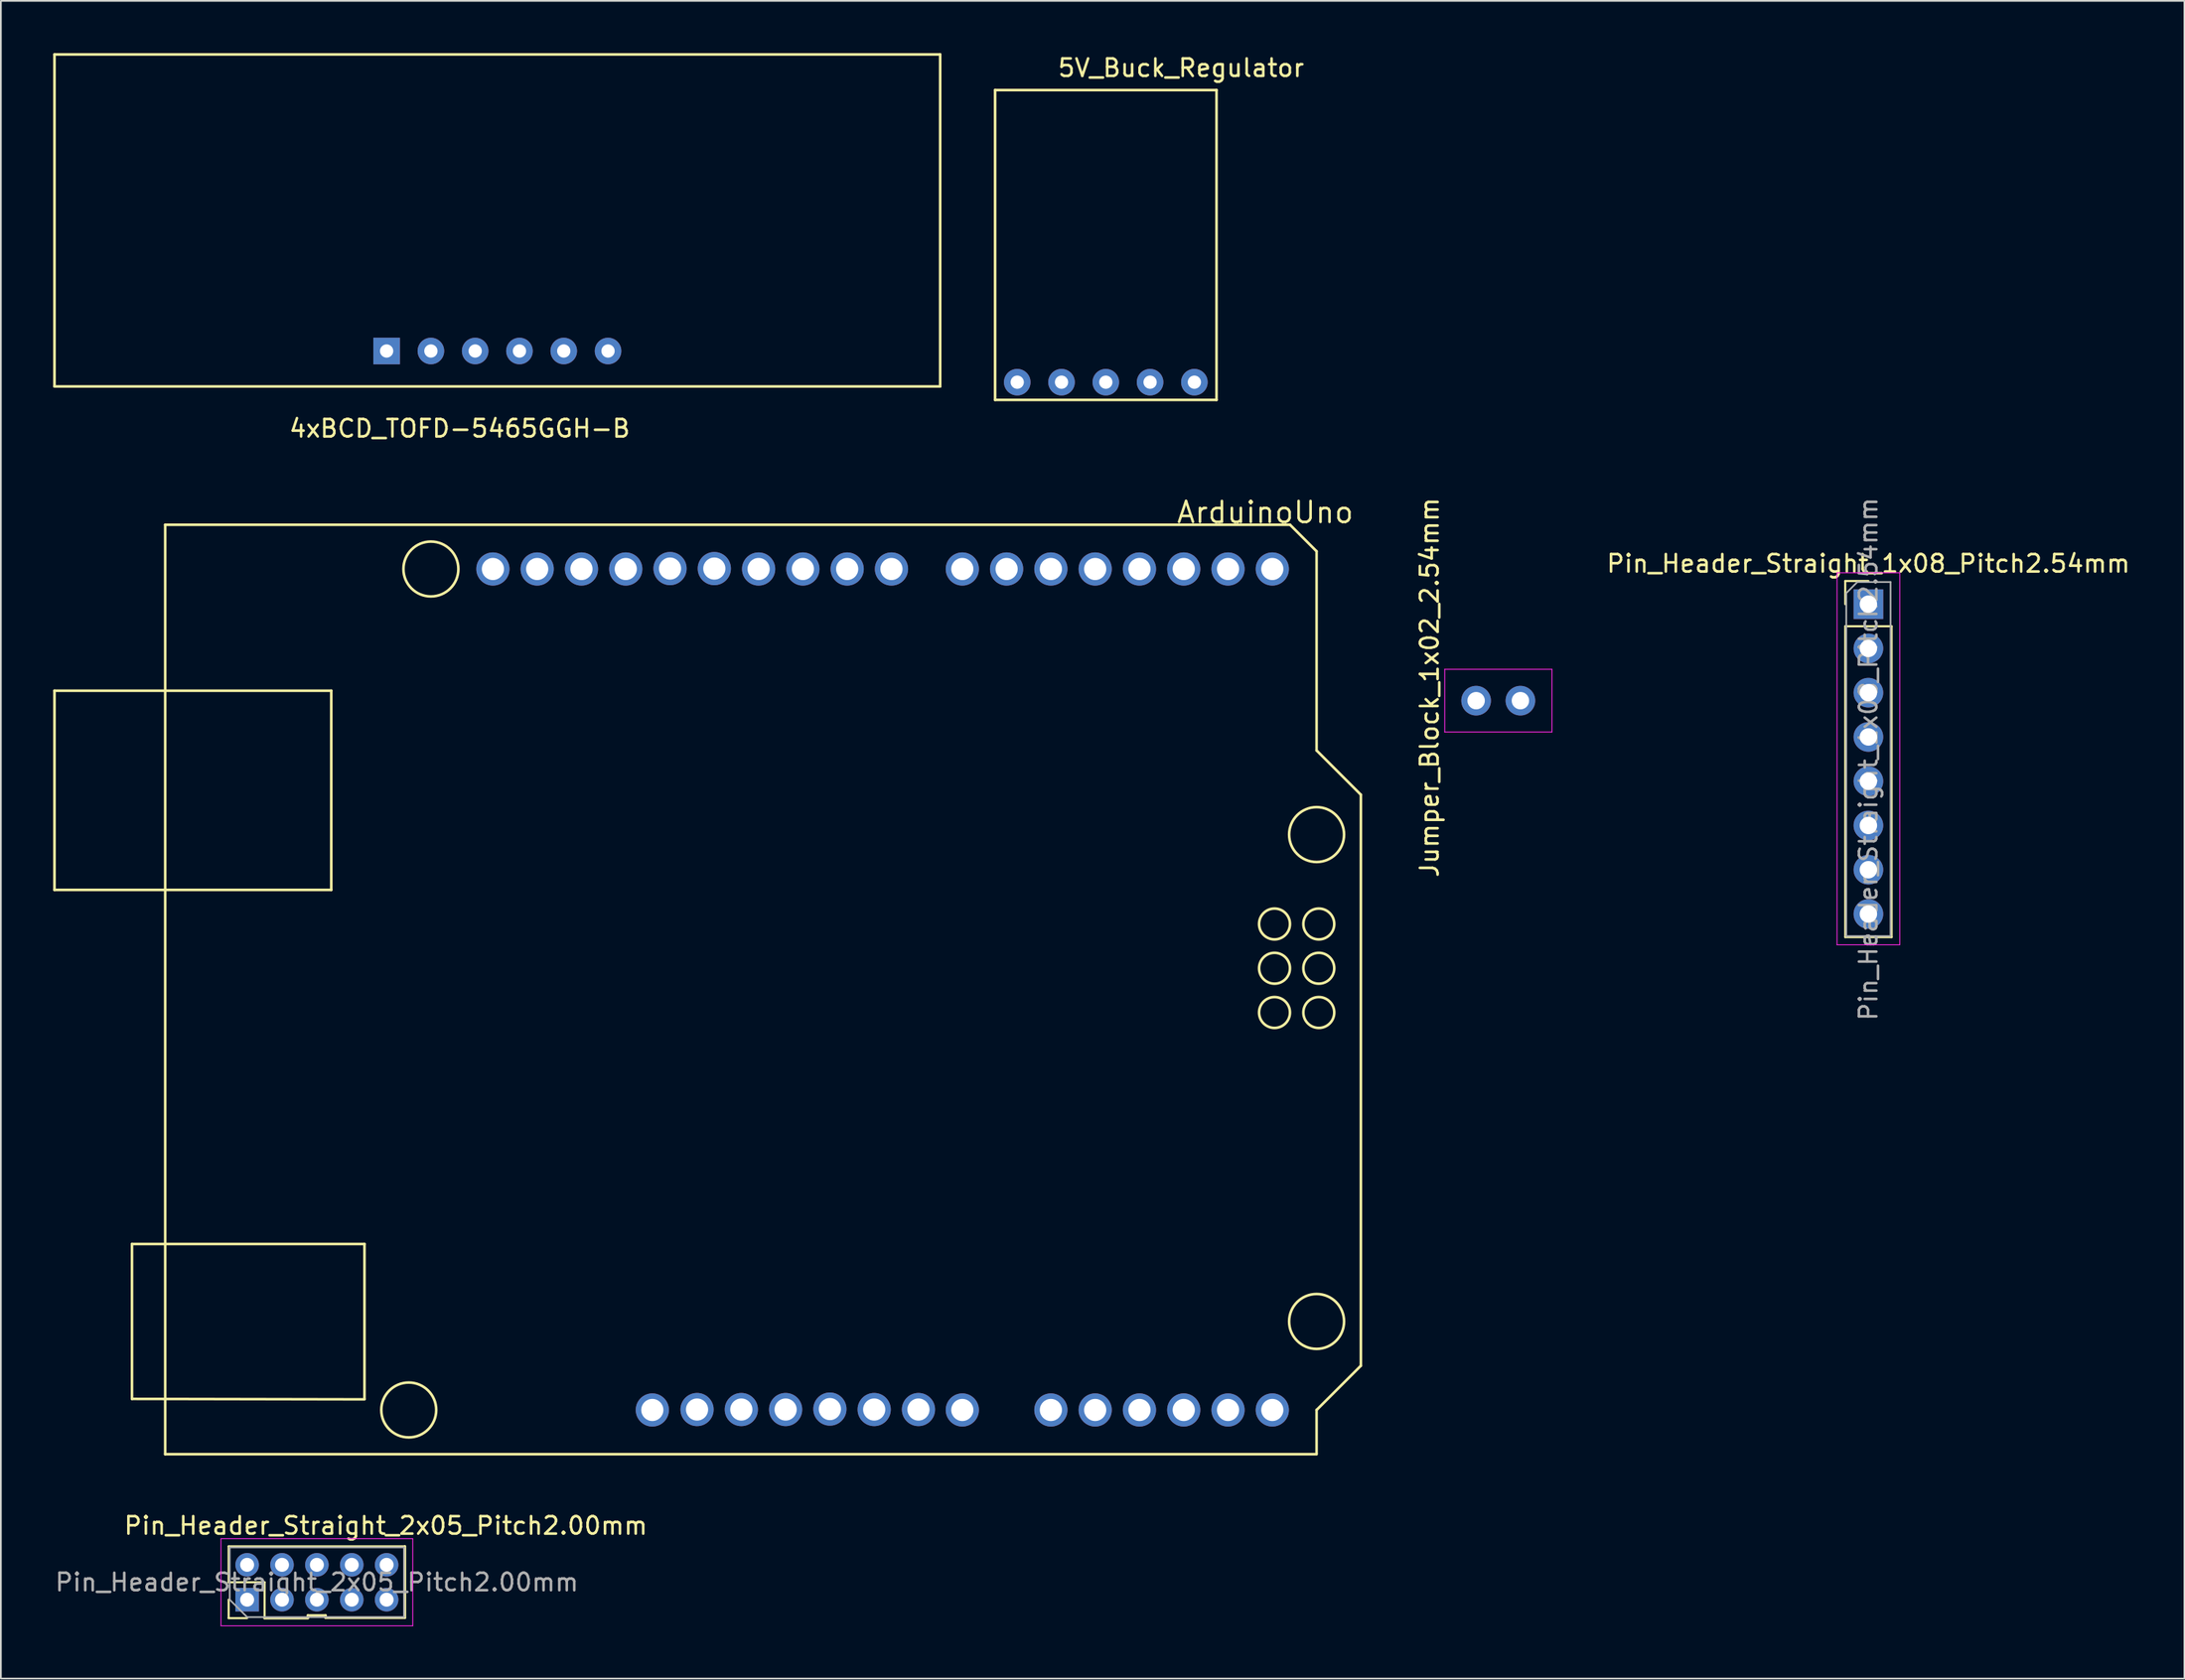
<source format=kicad_pcb>
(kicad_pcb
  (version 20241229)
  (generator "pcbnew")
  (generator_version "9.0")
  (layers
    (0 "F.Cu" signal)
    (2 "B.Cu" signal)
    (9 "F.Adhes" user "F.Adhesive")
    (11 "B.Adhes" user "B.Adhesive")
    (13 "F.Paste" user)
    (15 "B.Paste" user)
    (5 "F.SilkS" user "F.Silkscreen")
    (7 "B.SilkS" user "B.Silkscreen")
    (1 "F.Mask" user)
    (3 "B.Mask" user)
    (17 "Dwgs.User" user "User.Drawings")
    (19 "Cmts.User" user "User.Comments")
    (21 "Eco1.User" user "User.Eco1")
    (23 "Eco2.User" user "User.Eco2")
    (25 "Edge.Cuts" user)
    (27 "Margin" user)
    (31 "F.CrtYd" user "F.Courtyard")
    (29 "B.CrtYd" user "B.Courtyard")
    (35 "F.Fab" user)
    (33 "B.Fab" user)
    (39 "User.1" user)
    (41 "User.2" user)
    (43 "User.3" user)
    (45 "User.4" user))
  (footprint "4xBCD_TOFD-5465GGH-B"
    (layer "F.Cu")
    (at 19.125 16.966)
    (property "Reference" "4xBCD_TOFD-5465GGH-B" (at 4.191 4.572 0) (layer "F.SilkS") (effects (font (size 1 1) (thickness 0.15))))
    (attr through_hole)
    (fp_line (start -19.05 -16.891) (end 31.75 -16.891) (stroke (width 0.15) (type solid)) (layer "F.SilkS"))
    (fp_line (start -19.05 2.159) (end -19.05 -16.891) (stroke (width 0.15) (type solid)) (layer "F.SilkS"))
    (fp_line (start 31.75 -16.891) (end 31.75 2.159) (stroke (width 0.15) (type solid)) (layer "F.SilkS"))
    (fp_line (start 31.75 2.159) (end -19.05 2.159) (stroke (width 0.15) (type solid)) (layer "F.SilkS"))
    (pad "1" thru_hole rect (at 0 0.127) (size 1.524 1.524) (drill 0.762) (layers "*.Cu" "*.Mask"))
    (pad "2" thru_hole circle (at 2.54 0.127) (size 1.524 1.524) (drill 0.762) (layers "*.Cu" "*.Mask"))
    (pad "3" thru_hole circle (at 5.08 0.127) (size 1.524 1.524) (drill 0.762) (layers "*.Cu" "*.Mask"))
    (pad "4" thru_hole circle (at 7.62 0.127) (size 1.524 1.524) (drill 0.762) (layers "*.Cu" "*.Mask"))
    (pad "5" thru_hole circle (at 10.16 0.127) (size 1.524 1.524) (drill 0.762) (layers "*.Cu" "*.Mask"))
    (pad "6" thru_hole circle (at 12.7 0.127) (size 1.524 1.524) (drill 0.762) (layers "*.Cu" "*.Mask")))
  (footprint "Jumper_Block_1x02_2.54mm"
    (layer "F.Cu")
    (at 82.879 37.136)
    (property "Reference" "Jumper_Block_1x02_2.54mm" (at -3.937 -0.737 90) (layer "F.SilkS") (effects (font (size 1.016 1.016) (thickness 0.152))))
    (attr through_hole)
    (fp_line (start -3.064 -1.777) (end -3.064 1.823) (stroke (width 0.05) (type solid)) (layer "F.CrtYd"))
    (fp_line (start -3.064 1.823) (end 3.086 1.823) (stroke (width 0.05) (type solid)) (layer "F.CrtYd"))
    (fp_line (start 3.086 -1.777) (end -3.064 -1.777) (stroke (width 0.05) (type solid)) (layer "F.CrtYd"))
    (fp_line (start 3.086 1.823) (end 3.086 -1.777) (stroke (width 0.05) (type solid)) (layer "F.CrtYd"))
    (pad "1" thru_hole circle (at -1.264 0.023 90) (size 1.7 1.7) (drill 1) (layers "*.Cu" "*.Mask"))
    (pad "2" thru_hole oval (at 1.276 0.023 90) (size 1.7 1.7) (drill 1) (layers "*.Cu" "*.Mask")))
  (footprint "5V_Buck_Regulator"
    (layer "F.Cu")
    (at 55.295 18.882)
    (property "Reference" "5V_Buck_Regulator" (at 9.398 -18.034 0) (layer "F.SilkS") (effects (font (size 1 1) (thickness 0.15))))
    (attr through_hole)
    (fp_line (start -1.27 -16.764) (end -1.27 1.016) (stroke (width 0.15) (type solid)) (layer "F.SilkS"))
    (fp_line (start -1.27 1.016) (end 11.43 1.016) (stroke (width 0.15) (type solid)) (layer "F.SilkS"))
    (fp_line (start 11.43 -16.764) (end -1.27 -16.764) (stroke (width 0.15) (type solid)) (layer "F.SilkS"))
    (fp_line (start 11.43 1.016) (end 11.43 -16.764) (stroke (width 0.15) (type solid)) (layer "F.SilkS"))
    (pad "1" thru_hole circle (at 0 0) (size 1.524 1.524) (drill 0.762) (layers "*.Cu" "*.Mask"))
    (pad "2" thru_hole circle (at 2.54 0) (size 1.524 1.524) (drill 0.762) (layers "*.Cu" "*.Mask"))
    (pad "3" thru_hole circle (at 5.08 0) (size 1.524 1.524) (drill 0.762) (layers "*.Cu" "*.Mask"))
    (pad "4" thru_hole circle (at 7.62 0) (size 1.524 1.524) (drill 0.762) (layers "*.Cu" "*.Mask"))
    (pad "5" thru_hole circle (at 10.16 0) (size 1.524 1.524) (drill 0.762) (layers "*.Cu" "*.Mask")))
  (footprint "Pin_Header_Straight_1x08_Pitch2.54mm"
    (layer "F.Cu")
    (at 104.115 31.621)
    (property "Reference" "Pin_Header_Straight_1x08_Pitch2.54mm" (at 0 -2.33 0) (layer "F.SilkS") (effects (font (size 1 1) (thickness 0.15))))
    (attr through_hole)
    (fp_line (start -1.33 -1.33) (end 0 -1.33) (stroke (width 0.12) (type solid)) (layer "F.SilkS"))
    (fp_line (start -1.33 0) (end -1.33 -1.33) (stroke (width 0.12) (type solid)) (layer "F.SilkS"))
    (fp_line (start -1.33 1.27) (end -1.33 19.11) (stroke (width 0.12) (type solid)) (layer "F.SilkS"))
    (fp_line (start -1.33 1.27) (end 1.33 1.27) (stroke (width 0.12) (type solid)) (layer "F.SilkS"))
    (fp_line (start -1.33 19.11) (end 1.33 19.11) (stroke (width 0.12) (type solid)) (layer "F.SilkS"))
    (fp_line (start 1.33 1.27) (end 1.33 19.11) (stroke (width 0.12) (type solid)) (layer "F.SilkS"))
    (fp_line (start -1.8 -1.8) (end -1.8 19.55) (stroke (width 0.05) (type solid)) (layer "F.CrtYd"))
    (fp_line (start -1.8 19.55) (end 1.8 19.55) (stroke (width 0.05) (type solid)) (layer "F.CrtYd"))
    (fp_line (start 1.8 -1.8) (end -1.8 -1.8) (stroke (width 0.05) (type solid)) (layer "F.CrtYd"))
    (fp_line (start 1.8 19.55) (end 1.8 -1.8) (stroke (width 0.05) (type solid)) (layer "F.CrtYd"))
    (fp_line (start -1.27 -0.635) (end -0.635 -1.27) (stroke (width 0.1) (type solid)) (layer "F.Fab"))
    (fp_line (start -1.27 19.05) (end -1.27 -0.635) (stroke (width 0.1) (type solid)) (layer "F.Fab"))
    (fp_line (start -0.635 -1.27) (end 1.27 -1.27) (stroke (width 0.1) (type solid)) (layer "F.Fab"))
    (fp_line (start 1.27 -1.27) (end 1.27 19.05) (stroke (width 0.1) (type solid)) (layer "F.Fab"))
    (fp_line (start 1.27 19.05) (end -1.27 19.05) (stroke (width 0.1) (type solid)) (layer "F.Fab"))
    (fp_text user "${REFERENCE}" (at 0 8.89 90) (layer "F.Fab") (effects (font (size 1 1) (thickness 0.15))))
    (pad "1" thru_hole rect (at 0 0) (size 1.7 1.7) (drill 1) (layers "*.Cu" "*.Mask"))
    (pad "2" thru_hole oval (at 0 2.54) (size 1.7 1.7) (drill 1) (layers "*.Cu" "*.Mask"))
    (pad "3" thru_hole oval (at 0 5.08) (size 1.7 1.7) (drill 1) (layers "*.Cu" "*.Mask"))
    (pad "4" thru_hole oval (at 0 7.62) (size 1.7 1.7) (drill 1) (layers "*.Cu" "*.Mask"))
    (pad "5" thru_hole oval (at 0 10.16) (size 1.7 1.7) (drill 1) (layers "*.Cu" "*.Mask"))
    (pad "6" thru_hole oval (at 0 12.7) (size 1.7 1.7) (drill 1) (layers "*.Cu" "*.Mask"))
    (pad "7" thru_hole oval (at 0 15.24) (size 1.7 1.7) (drill 1) (layers "*.Cu" "*.Mask"))
    (pad "8" thru_hole oval (at 0 17.78) (size 1.7 1.7) (drill 1) (layers "*.Cu" "*.Mask")))
  (footprint "Pin_Header_Straight_2x05_Pitch2.00mm"
    (layer "F.Cu")
    (at 15.117 87.752)
    (property "Reference" "Pin_Header_Straight_2x05_Pitch2.00mm" (at 3.962 -3.251 180) (layer "F.SilkS") (effects (font (size 1 1) (thickness 0.15))))
    (attr through_hole)
    (fp_line (start -5.052 -2.062) (end 5.068 -2.062) (stroke (width 0.12) (type solid)) (layer "F.SilkS"))
    (fp_line (start -5.052 -0.002) (end -5.052 -2.062) (stroke (width 0.12) (type solid)) (layer "F.SilkS"))
    (fp_line (start -5.052 2.058) (end -5.052 0.998) (stroke (width 0.12) (type solid)) (layer "F.SilkS"))
    (fp_line (start -3.992 2.058) (end -5.052 2.058) (stroke (width 0.12) (type solid)) (layer "F.SilkS"))
    (fp_line (start -2.997 2.057) (end -0.508 2.057) (stroke (width 0.15) (type solid)) (layer "F.SilkS"))
    (fp_line (start -2.992 -0.002) (end -5.052 -0.002) (stroke (width 0.12) (type solid)) (layer "F.SilkS"))
    (fp_line (start -2.992 2.058) (end -2.992 -0.002) (stroke (width 0.12) (type solid)) (layer "F.SilkS"))
    (fp_line (start -0.508 1.905) (end 0.508 1.905) (stroke (width 0.15) (type solid)) (layer "F.SilkS"))
    (fp_line (start -0.508 2.032) (end -0.508 1.905) (stroke (width 0.15) (type solid)) (layer "F.SilkS"))
    (fp_line (start 0.508 1.905) (end 0.508 2.032) (stroke (width 0.15) (type solid)) (layer "F.SilkS"))
    (fp_line (start 0.508 2.032) (end 5.055 2.032) (stroke (width 0.15) (type solid)) (layer "F.SilkS"))
    (fp_line (start 5.055 2.032) (end 5.055 -2.057) (stroke (width 0.15) (type solid)) (layer "F.SilkS"))
    (fp_line (start -5.492 -2.502) (end -5.492 2.498) (stroke (width 0.05) (type solid)) (layer "F.CrtYd"))
    (fp_line (start -5.492 2.498) (end 5.508 2.498) (stroke (width 0.05) (type solid)) (layer "F.CrtYd"))
    (fp_line (start 5.508 -2.502) (end -5.492 -2.502) (stroke (width 0.05) (type solid)) (layer "F.CrtYd"))
    (fp_line (start 5.508 2.498) (end 5.508 -2.502) (stroke (width 0.05) (type solid)) (layer "F.CrtYd"))
    (fp_line (start -4.992 -2.002) (end 5.008 -2.002) (stroke (width 0.1) (type solid)) (layer "F.Fab"))
    (fp_line (start -4.992 0.998) (end -4.992 -2.002) (stroke (width 0.1) (type solid)) (layer "F.Fab"))
    (fp_line (start -3.992 1.998) (end -4.992 0.998) (stroke (width 0.1) (type solid)) (layer "F.Fab"))
    (fp_line (start 5.008 -2.002) (end 5.008 1.998) (stroke (width 0.1) (type solid)) (layer "F.Fab"))
    (fp_line (start 5.008 1.998) (end -3.992 1.998) (stroke (width 0.1) (type solid)) (layer "F.Fab"))
    (fp_text user "${REFERENCE}" (at 0.008 -0.002 180) (layer "F.Fab") (effects (font (size 1 1) (thickness 0.15))))
    (pad "1" thru_hole rect (at -3.992 0.998 90) (size 1.35 1.35) (drill 0.8) (layers "*.Cu" "*.Mask"))
    (pad "2" thru_hole oval (at -3.992 -1.002 90) (size 1.35 1.35) (drill 0.8) (layers "*.Cu" "*.Mask"))
    (pad "3" thru_hole oval (at -1.992 0.998 90) (size 1.35 1.35) (drill 0.8) (layers "*.Cu" "*.Mask"))
    (pad "4" thru_hole oval (at -1.992 -1.002 90) (size 1.35 1.35) (drill 0.8) (layers "*.Cu" "*.Mask"))
    (pad "5" thru_hole oval (at 0.008 0.998 90) (size 1.35 1.35) (drill 0.8) (layers "*.Cu" "*.Mask"))
    (pad "6" thru_hole oval (at 0.008 -1.002 90) (size 1.35 1.35) (drill 0.8) (layers "*.Cu" "*.Mask"))
    (pad "7" thru_hole oval (at 2.008 0.998 90) (size 1.35 1.35) (drill 0.8) (layers "*.Cu" "*.Mask"))
    (pad "8" thru_hole oval (at 2.008 -1.002 90) (size 1.35 1.35) (drill 0.8) (layers "*.Cu" "*.Mask"))
    (pad "9" thru_hole oval (at 4.008 0.998 90) (size 1.35 1.35) (drill 0.8) (layers "*.Cu" "*.Mask"))
    (pad "10" thru_hole oval (at 4.008 -1.002 90) (size 1.35 1.35) (drill 0.8) (layers "*.Cu" "*.Mask")))
  (footprint "ArduinoUno"
    (layer "F.Cu")
    (at 6.425 80.403)
    (property "Reference" "ArduinoUno" (at 63.094 -54.051 180) (layer "F.SilkS") (effects (font (size 1.2 1.2) (thickness 0.15))))
    (attr through_hole)
    (fp_line (start -6.35 -43.815) (end -6.35 -32.385) (stroke (width 0.15) (type solid)) (layer "F.SilkS"))
    (fp_line (start -6.35 -32.385) (end 9.525 -32.385) (stroke (width 0.15) (type solid)) (layer "F.SilkS"))
    (fp_line (start -1.905 -12.065) (end 11.43 -12.065) (stroke (width 0.15) (type solid)) (layer "F.SilkS"))
    (fp_line (start -1.905 -3.175) (end -1.905 -12.065) (stroke (width 0.15) (type solid)) (layer "F.SilkS"))
    (fp_line (start 0 -53.34) (end 0 0) (stroke (width 0.15) (type solid)) (layer "F.SilkS"))
    (fp_line (start 0 0) (end 66.04 0) (stroke (width 0.15) (type solid)) (layer "F.SilkS"))
    (fp_line (start 9.525 -43.815) (end -6.35 -43.815) (stroke (width 0.15) (type solid)) (layer "F.SilkS"))
    (fp_line (start 9.525 -43.815) (end 9.525 -32.385) (stroke (width 0.15) (type solid)) (layer "F.SilkS"))
    (fp_line (start 11.43 -12.065) (end 11.43 -3.175) (stroke (width 0.15) (type solid)) (layer "F.SilkS"))
    (fp_line (start 11.43 -3.15) (end -1.905 -3.175) (stroke (width 0.15) (type solid)) (layer "F.SilkS"))
    (fp_line (start 64.516 -53.34) (end 0 -53.34) (stroke (width 0.15) (type solid)) (layer "F.SilkS"))
    (fp_line (start 66.04 -51.816) (end 64.516 -53.34) (stroke (width 0.15) (type solid)) (layer "F.SilkS"))
    (fp_line (start 66.04 -40.386) (end 66.04 -51.816) (stroke (width 0.15) (type solid)) (layer "F.SilkS"))
    (fp_line (start 66.04 -2.54) (end 68.58 -5.08) (stroke (width 0.15) (type solid)) (layer "F.SilkS"))
    (fp_line (start 66.04 -0.025) (end 66.04 -2.54) (stroke (width 0.15) (type solid)) (layer "F.SilkS"))
    (fp_line (start 68.58 -37.846) (end 66.04 -40.386) (stroke (width 0.15) (type solid)) (layer "F.SilkS"))
    (fp_line (start 68.58 -5.08) (end 68.58 -37.846) (stroke (width 0.15) (type solid)) (layer "F.SilkS"))
    (fp_circle (center 13.97 -2.54) (end 15.545 -2.565) (stroke (width 0.15) (type solid)) (fill no) (layer "F.SilkS"))
    (fp_circle (center 15.24 -50.8) (end 16.815 -50.825) (stroke (width 0.15) (type solid)) (fill no) (layer "F.SilkS"))
    (fp_circle (center 63.627 -30.429) (end 62.917 -30.959) (stroke (width 0.15) (type solid)) (fill no) (layer "F.SilkS"))
    (fp_circle (center 63.627 -27.889) (end 62.917 -28.419) (stroke (width 0.15) (type solid)) (fill no) (layer "F.SilkS"))
    (fp_circle (center 63.627 -25.349) (end 62.917 -25.879) (stroke (width 0.15) (type solid)) (fill no) (layer "F.SilkS"))
    (fp_circle (center 66.04 -35.56) (end 67.615 -35.585) (stroke (width 0.15) (type solid)) (fill no) (layer "F.SilkS"))
    (fp_circle (center 66.04 -7.62) (end 67.615 -7.645) (stroke (width 0.15) (type solid)) (fill no) (layer "F.SilkS"))
    (fp_circle (center 66.167 -30.429) (end 65.457 -30.959) (stroke (width 0.15) (type solid)) (fill no) (layer "F.SilkS"))
    (fp_circle (center 66.167 -27.889) (end 65.457 -28.419) (stroke (width 0.15) (type solid)) (fill no) (layer "F.SilkS"))
    (fp_circle (center 66.167 -25.349) (end 65.457 -25.879) (stroke (width 0.15) (type solid)) (fill no) (layer "F.SilkS"))
    (pad "" np_thru_hole circle (at 0 0) (size 0.076 0.076) (drill 0.025) (layers "*.Cu" "*.Mask"))
    (pad "1" thru_hole circle (at 27.94 -2.54) (size 1.905 1.905) (drill 1.27) (layers "*.Cu" "*.Mask"))
    (pad "2" thru_hole circle (at 30.505 -2.565) (size 1.905 1.905) (drill 1.27) (layers "*.Cu" "*.Mask"))
    (pad "3" thru_hole circle (at 33.045 -2.565) (size 1.905 1.905) (drill 1.27) (layers "*.Cu" "*.Mask"))
    (pad "4" thru_hole circle (at 35.585 -2.565) (size 1.905 1.905) (drill 1.27) (layers "*.Cu" "*.Mask"))
    (pad "5" thru_hole circle (at 38.125 -2.591) (size 1.905 1.905) (drill 1.27) (layers "*.Cu" "*.Mask"))
    (pad "6" thru_hole circle (at 40.665 -2.565) (size 1.905 1.905) (drill 1.27) (layers "*.Cu" "*.Mask"))
    (pad "7" thru_hole circle (at 43.205 -2.565) (size 1.905 1.905) (drill 1.27) (layers "*.Cu" "*.Mask"))
    (pad "8" thru_hole circle (at 45.72 -2.54) (size 1.905 1.905) (drill 1.27) (layers "*.Cu" "*.Mask"))
    (pad "9" thru_hole circle (at 50.8 -2.54) (size 1.905 1.905) (drill 1.27) (layers "*.Cu" "*.Mask"))
    (pad "10" thru_hole circle (at 53.34 -2.54) (size 1.905 1.905) (drill 1.27) (layers "*.Cu" "*.Mask"))
    (pad "11" thru_hole circle (at 55.88 -2.54) (size 1.905 1.905) (drill 1.27) (layers "*.Cu" "*.Mask"))
    (pad "12" thru_hole circle (at 58.42 -2.54) (size 1.905 1.905) (drill 1.27) (layers "*.Cu" "*.Mask"))
    (pad "13" thru_hole circle (at 60.96 -2.54) (size 1.905 1.905) (drill 1.27) (layers "*.Cu" "*.Mask"))
    (pad "14" thru_hole circle (at 63.5 -2.54) (size 1.905 1.905) (drill 1.27) (layers "*.Cu" "*.Mask"))
    (pad "15" thru_hole circle (at 63.5 -50.8) (size 1.905 1.905) (drill 1.27) (layers "*.Cu" "*.Mask"))
    (pad "16" thru_hole circle (at 60.96 -50.8) (size 1.905 1.905) (drill 1.27) (layers "*.Cu" "*.Mask"))
    (pad "17" thru_hole circle (at 58.42 -50.8) (size 1.905 1.905) (drill 1.27) (layers "*.Cu" "*.Mask"))
    (pad "18" thru_hole circle (at 55.88 -50.8) (size 1.905 1.905) (drill 1.27) (layers "*.Cu" "*.Mask"))
    (pad "19" thru_hole circle (at 53.34 -50.8) (size 1.905 1.905) (drill 1.27) (layers "*.Cu" "*.Mask"))
    (pad "20" thru_hole circle (at 50.8 -50.8) (size 1.905 1.905) (drill 1.27) (layers "*.Cu" "*.Mask"))
    (pad "21" thru_hole circle (at 48.26 -50.8) (size 1.905 1.905) (drill 1.27) (layers "*.Cu" "*.Mask"))
    (pad "22" thru_hole circle (at 45.72 -50.8) (size 1.905 1.905) (drill 1.27) (layers "*.Cu" "*.Mask"))
    (pad "23" thru_hole circle (at 41.656 -50.8) (size 1.905 1.905) (drill 1.27) (layers "*.Cu" "*.Mask"))
    (pad "24" thru_hole circle (at 39.116 -50.8) (size 1.905 1.905) (drill 1.27) (layers "*.Cu" "*.Mask"))
    (pad "25" thru_hole circle (at 36.576 -50.8) (size 1.905 1.905) (drill 1.27) (layers "*.Cu" "*.Mask"))
    (pad "26" thru_hole circle (at 34.036 -50.8) (size 1.905 1.905) (drill 1.27) (layers "*.Cu" "*.Mask"))
    (pad "27" thru_hole circle (at 31.496 -50.825) (size 1.905 1.905) (drill 1.27) (layers "*.Cu" "*.Mask"))
    (pad "28" thru_hole circle (at 28.956 -50.825) (size 1.905 1.905) (drill 1.27) (layers "*.Cu" "*.Mask"))
    (pad "29" thru_hole circle (at 26.416 -50.8) (size 1.905 1.905) (drill 1.27) (layers "*.Cu" "*.Mask"))
    (pad "30" thru_hole circle (at 23.876 -50.8) (size 1.905 1.905) (drill 1.27) (layers "*.Cu" "*.Mask"))
    (pad "31" thru_hole circle (at 21.336 -50.8) (size 1.905 1.905) (drill 1.27) (layers "*.Cu" "*.Mask"))
    (pad "32" thru_hole circle (at 18.796 -50.8) (size 1.905 1.905) (drill 1.27) (layers "*.Cu" "*.Mask")))
  (gr_rect
    (start -3 -3)
    (end 122.24 93.275)
    (stroke (width 0.1) (type default))
    (fill no)
    (layer "Edge.Cuts")))
</source>
